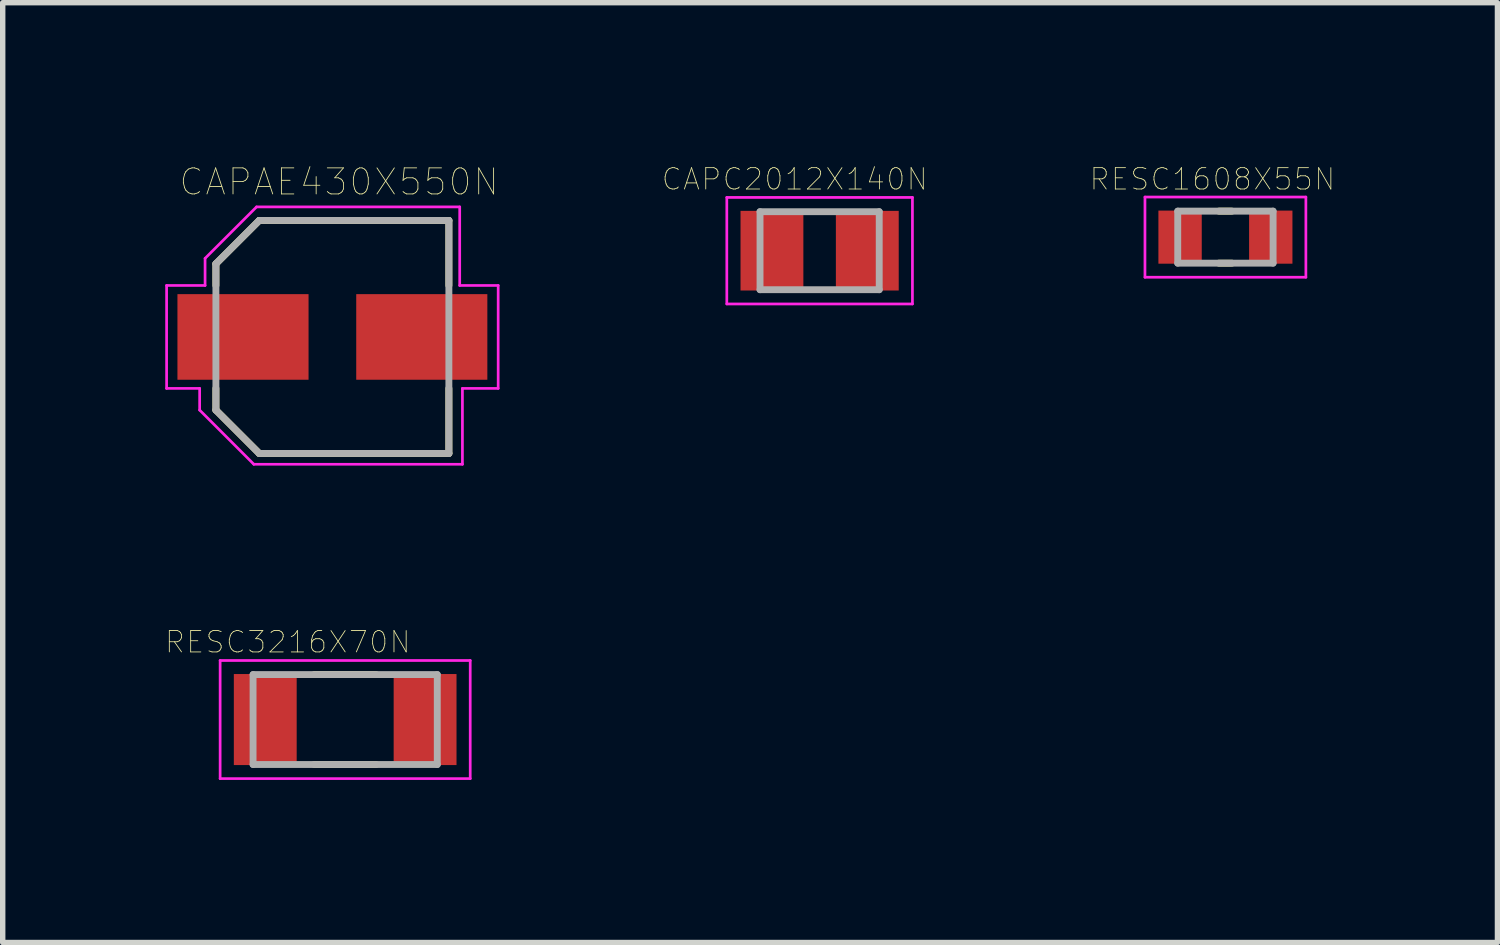
<source format=kicad_pcb>
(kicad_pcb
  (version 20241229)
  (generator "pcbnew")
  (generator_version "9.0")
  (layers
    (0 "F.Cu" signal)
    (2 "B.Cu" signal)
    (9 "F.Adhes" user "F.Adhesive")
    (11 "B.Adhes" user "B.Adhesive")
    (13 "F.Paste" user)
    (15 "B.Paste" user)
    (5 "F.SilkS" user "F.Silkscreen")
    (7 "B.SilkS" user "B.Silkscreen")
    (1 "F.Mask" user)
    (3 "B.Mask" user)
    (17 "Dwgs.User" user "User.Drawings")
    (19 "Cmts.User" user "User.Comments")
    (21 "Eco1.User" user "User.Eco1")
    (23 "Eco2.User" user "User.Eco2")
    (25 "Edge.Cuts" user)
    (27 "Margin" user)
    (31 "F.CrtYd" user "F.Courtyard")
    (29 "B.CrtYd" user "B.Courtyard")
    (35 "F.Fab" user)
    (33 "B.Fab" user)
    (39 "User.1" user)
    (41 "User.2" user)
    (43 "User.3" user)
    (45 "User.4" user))
  (footprint "CAPC2012X140N"
    (layer "F.Cu")
    (at 12.078 1.577)
    (property "Reference" "CAPC2012X140N" (at -0.46 -1.32 0) (layer "F.SilkS") (effects (font (size 0.394 0.394) (thickness 0.015))))
    (attr through_hole)
    (fp_line (start -1.713 -0.983) (end 1.713 -0.983) (stroke (width 0.05) (type solid)) (layer "F.CrtYd"))
    (fp_line (start -1.713 0.983) (end -1.713 -0.983) (stroke (width 0.05) (type solid)) (layer "F.CrtYd"))
    (fp_line (start -1.713 0.983) (end 1.713 0.983) (stroke (width 0.05) (type solid)) (layer "F.CrtYd"))
    (fp_line (start 1.713 0.983) (end 1.713 -0.983) (stroke (width 0.05) (type solid)) (layer "F.CrtYd"))
    (fp_line (start -1.1 0.72) (end -1.1 -0.72) (stroke (width 0.127) (type solid)) (layer "F.Fab"))
    (fp_line (start 1.1 -0.72) (end -1.1 -0.72) (stroke (width 0.127) (type solid)) (layer "F.Fab"))
    (fp_line (start 1.1 0.72) (end -1.1 0.72) (stroke (width 0.127) (type solid)) (layer "F.Fab"))
    (fp_line (start 1.1 0.72) (end 1.1 -0.72) (stroke (width 0.127) (type solid)) (layer "F.Fab"))
    (pad "1" smd rect (at -0.88 0) (size 1.16 1.47) (layers "F.Cu" "F.Mask" "F.Paste"))
    (pad "2" smd rect (at 0.88 0) (size 1.16 1.47) (layers "F.Cu" "F.Mask" "F.Paste")))
  (footprint "RESC3216X70N"
    (layer "F.Cu")
    (at 3.321 10.231)
    (property "Reference" "RESC3216X70N" (at -1.06 -1.43 0) (layer "F.SilkS") (effects (font (size 0.394 0.394) (thickness 0.015))))
    (attr through_hole)
    (fp_line (start -0.57 -0.83) (end 0.57 -0.83) (stroke (width 0.127) (type solid)) (layer "F.SilkS"))
    (fp_line (start -0.57 0.83) (end 0.57 0.83) (stroke (width 0.127) (type solid)) (layer "F.SilkS"))
    (fp_line (start -2.308 -1.09) (end 2.308 -1.09) (stroke (width 0.05) (type solid)) (layer "F.CrtYd"))
    (fp_line (start -2.308 1.09) (end -2.308 -1.09) (stroke (width 0.05) (type solid)) (layer "F.CrtYd"))
    (fp_line (start -2.308 1.09) (end 2.308 1.09) (stroke (width 0.05) (type solid)) (layer "F.CrtYd"))
    (fp_line (start 2.308 1.09) (end 2.308 -1.09) (stroke (width 0.05) (type solid)) (layer "F.CrtYd"))
    (fp_line (start -1.7 0.83) (end -1.7 -0.83) (stroke (width 0.127) (type solid)) (layer "F.Fab"))
    (fp_line (start 1.7 -0.83) (end -1.7 -0.83) (stroke (width 0.127) (type solid)) (layer "F.Fab"))
    (fp_line (start 1.7 0.83) (end -1.7 0.83) (stroke (width 0.127) (type solid)) (layer "F.Fab"))
    (fp_line (start 1.7 0.83) (end 1.7 -0.83) (stroke (width 0.127) (type solid)) (layer "F.Fab"))
    (pad "1" smd rect (at -1.475 0) (size 1.16 1.68) (layers "F.Cu" "F.Mask" "F.Paste"))
    (pad "2" smd rect (at 1.475 0) (size 1.16 1.68) (layers "F.Cu" "F.Mask" "F.Paste")))
  (footprint "CAPAE430X550N"
    (layer "F.Cu")
    (at 3.085 3.169)
    (property "Reference" "CAPAE430X550N" (at 0.124 -2.861 0) (layer "F.SilkS") (effects (font (size 0.481 0.481) (thickness 0.015))))
    (attr through_hole)
    (fp_line (start -2.15 -1.35) (end -1.35 -2.15) (stroke (width 0.127) (type solid)) (layer "F.SilkS"))
    (fp_line (start -2.15 -0.95) (end -2.15 -1.35) (stroke (width 0.127) (type solid)) (layer "F.SilkS"))
    (fp_line (start -2.15 0.95) (end -2.15 1.35) (stroke (width 0.127) (type solid)) (layer "F.SilkS"))
    (fp_line (start -2.15 1.35) (end -1.35 2.15) (stroke (width 0.127) (type solid)) (layer "F.SilkS"))
    (fp_line (start 2.15 -2.15) (end -1.35 -2.15) (stroke (width 0.127) (type solid)) (layer "F.SilkS"))
    (fp_line (start 2.15 -0.95) (end 2.15 -2.15) (stroke (width 0.127) (type solid)) (layer "F.SilkS"))
    (fp_line (start 2.15 0.95) (end 2.15 2.15) (stroke (width 0.127) (type solid)) (layer "F.SilkS"))
    (fp_line (start 2.15 2.15) (end -1.35 2.15) (stroke (width 0.127) (type solid)) (layer "F.SilkS"))
    (fp_line (start -3.06 -0.95) (end -2.35 -0.95) (stroke (width 0.05) (type solid)) (layer "F.CrtYd"))
    (fp_line (start -3.06 0.95) (end -3.06 -0.95) (stroke (width 0.05) (type solid)) (layer "F.CrtYd"))
    (fp_line (start -2.45 0.95) (end -3.06 0.95) (stroke (width 0.05) (type solid)) (layer "F.CrtYd"))
    (fp_line (start -2.45 1.35) (end -2.45 0.95) (stroke (width 0.05) (type solid)) (layer "F.CrtYd"))
    (fp_line (start -2.35 -1.45) (end -1.4 -2.4) (stroke (width 0.05) (type solid)) (layer "F.CrtYd"))
    (fp_line (start -2.35 -0.95) (end -2.35 -1.45) (stroke (width 0.05) (type solid)) (layer "F.CrtYd"))
    (fp_line (start -1.45 2.35) (end -2.45 1.35) (stroke (width 0.05) (type solid)) (layer "F.CrtYd"))
    (fp_line (start -1.4 -2.4) (end 2.35 -2.4) (stroke (width 0.05) (type solid)) (layer "F.CrtYd"))
    (fp_line (start 2.35 -2.4) (end 2.35 -0.95) (stroke (width 0.05) (type solid)) (layer "F.CrtYd"))
    (fp_line (start 2.35 -0.95) (end 3.06 -0.95) (stroke (width 0.05) (type solid)) (layer "F.CrtYd"))
    (fp_line (start 2.4 0.95) (end 2.4 2.35) (stroke (width 0.05) (type solid)) (layer "F.CrtYd"))
    (fp_line (start 2.4 2.35) (end -1.45 2.35) (stroke (width 0.05) (type solid)) (layer "F.CrtYd"))
    (fp_line (start 3.06 -0.95) (end 3.06 0.95) (stroke (width 0.05) (type solid)) (layer "F.CrtYd"))
    (fp_line (start 3.06 0.95) (end 2.4 0.95) (stroke (width 0.05) (type solid)) (layer "F.CrtYd"))
    (fp_line (start -2.15 -1.35) (end -1.35 -2.15) (stroke (width 0.127) (type solid)) (layer "F.Fab"))
    (fp_line (start -2.15 1.35) (end -2.15 -1.35) (stroke (width 0.127) (type solid)) (layer "F.Fab"))
    (fp_line (start -1.35 -2.15) (end 2.15 -2.15) (stroke (width 0.127) (type solid)) (layer "F.Fab"))
    (fp_line (start -1.35 2.15) (end -2.15 1.35) (stroke (width 0.127) (type solid)) (layer "F.Fab"))
    (fp_line (start 2.15 -2.15) (end 2.15 2.15) (stroke (width 0.127) (type solid)) (layer "F.Fab"))
    (fp_line (start 2.15 2.15) (end -1.35 2.15) (stroke (width 0.127) (type solid)) (layer "F.Fab"))
    (pad "1" smd rect (at -1.65 0) (size 2.42 1.58) (layers "F.Cu" "F.Mask" "F.Paste"))
    (pad "2" smd rect (at 1.65 0) (size 2.42 1.58) (layers "F.Cu" "F.Mask" "F.Paste")))
  (footprint "RESC1608X55N"
    (layer "F.Cu")
    (at 19.568 1.327)
    (property "Reference" "RESC1608X55N" (at -0.24 -1.07 0) (layer "F.SilkS") (effects (font (size 0.394 0.394) (thickness 0.015))))
    (attr through_hole)
    (fp_line (start -0.12 -0.48) (end 0.12 -0.48) (stroke (width 0.127) (type solid)) (layer "F.SilkS"))
    (fp_line (start -0.12 0.48) (end 0.12 0.48) (stroke (width 0.127) (type solid)) (layer "F.SilkS"))
    (fp_line (start -1.485 -0.74) (end 1.485 -0.74) (stroke (width 0.05) (type solid)) (layer "F.CrtYd"))
    (fp_line (start -1.485 0.74) (end -1.485 -0.74) (stroke (width 0.05) (type solid)) (layer "F.CrtYd"))
    (fp_line (start -1.485 0.74) (end 1.485 0.74) (stroke (width 0.05) (type solid)) (layer "F.CrtYd"))
    (fp_line (start 1.485 0.74) (end 1.485 -0.74) (stroke (width 0.05) (type solid)) (layer "F.CrtYd"))
    (fp_line (start -0.88 0.48) (end -0.88 -0.48) (stroke (width 0.127) (type solid)) (layer "F.Fab"))
    (fp_line (start 0.88 -0.48) (end -0.88 -0.48) (stroke (width 0.127) (type solid)) (layer "F.Fab"))
    (fp_line (start 0.88 0.48) (end -0.88 0.48) (stroke (width 0.127) (type solid)) (layer "F.Fab"))
    (fp_line (start 0.88 0.48) (end 0.88 -0.48) (stroke (width 0.127) (type solid)) (layer "F.Fab"))
    (pad "1" smd rect (at -0.837 0) (size 0.8 0.98) (layers "F.Cu" "F.Mask" "F.Paste"))
    (pad "2" smd rect (at 0.837 0) (size 0.8 0.98) (layers "F.Cu" "F.Mask" "F.Paste")))
  (gr_rect
    (start -3 -3)
    (end 24.589 14.346)
    (stroke (width 0.1) (type default))
    (fill no)
    (layer "Edge.Cuts")))
</source>
